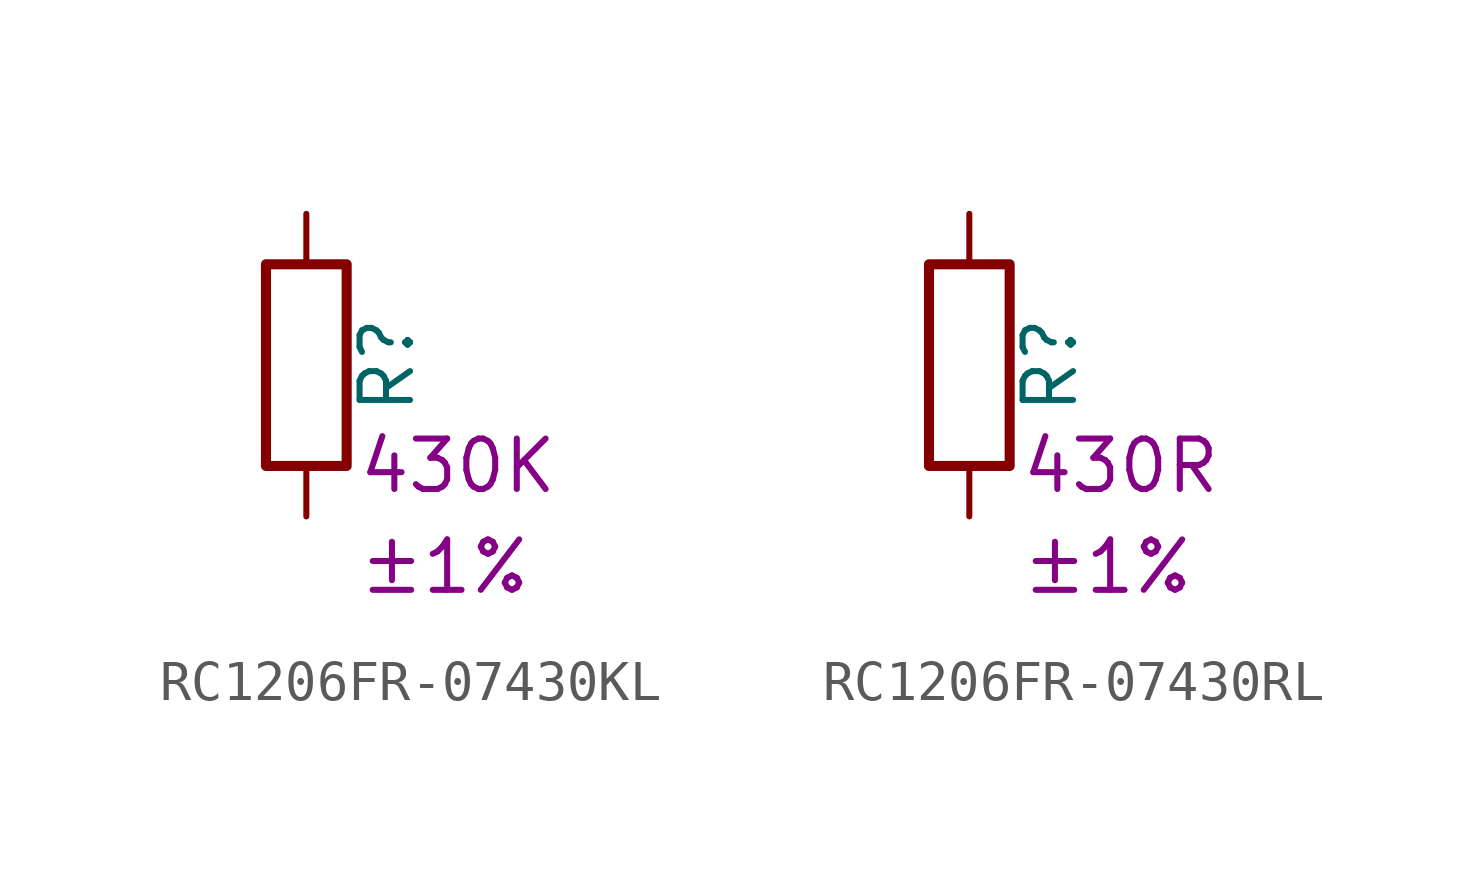
<source format=kicad_sym>
(kicad_symbol_lib
  (version 20220914)
  (generator kicad_symbol_editor)
  (symbol "RC1206FR-07430KL"
    (pin_numbers hide)
    (pin_names
      (offset 0))
    (property "Reference" "R"
      (at 2.032 0 90)
      (effects (font (size 1.27 1.27))))
    (property "Resistance" "430K"
      (at 1.27 -2.54 0)
      (effects (font (size 1.27 1.27)) (justify left)))
    (property "Tolerance" "±1%"
      (at 1.27 -5.08 0)
      (effects (font (size 1.27 1.27)) (justify left)))
    (symbol "RC1206FR-07430KL_0_1"
      (rectangle (start -1.016 -2.54) (end 1.016 2.54) (stroke (width 0.254) (type default)) (fill (type none))))
    (symbol "RC1206FR-07430KL_1_1"
      (pin passive line (at 0 3.81 270) (length 1.27) (name "~" (effects (font (size 1.27 1.27)))) (number "1" (effects (font (size 1.27 1.27)))))
      (pin passive line (at 0 -3.81 90) (length 1.27) (name "~" (effects (font (size 1.27 1.27)))) (number "2" (effects (font (size 1.27 1.27)))))))
  (symbol "RC1206FR-07430RL"
    (pin_numbers hide)
    (pin_names
      (offset 0))
    (property "Reference" "R"
      (at 2.032 0 90)
      (effects (font (size 1.27 1.27))))
    (property "Resistance" "430R"
      (at 1.27 -2.54 0)
      (effects (font (size 1.27 1.27)) (justify left)))
    (property "Tolerance" "±1%"
      (at 1.27 -5.08 0)
      (effects (font (size 1.27 1.27)) (justify left)))
    (symbol "RC1206FR-07430RL_0_1"
      (rectangle (start -1.016 -2.54) (end 1.016 2.54) (stroke (width 0.254) (type default)) (fill (type none))))
    (symbol "RC1206FR-07430RL_1_1"
      (pin passive line (at 0 3.81 270) (length 1.27) (name "~" (effects (font (size 1.27 1.27)))) (number "1" (effects (font (size 1.27 1.27)))))
      (pin passive line (at 0 -3.81 90) (length 1.27) (name "~" (effects (font (size 1.27 1.27)))) (number "2" (effects (font (size 1.27 1.27))))))))
</source>
